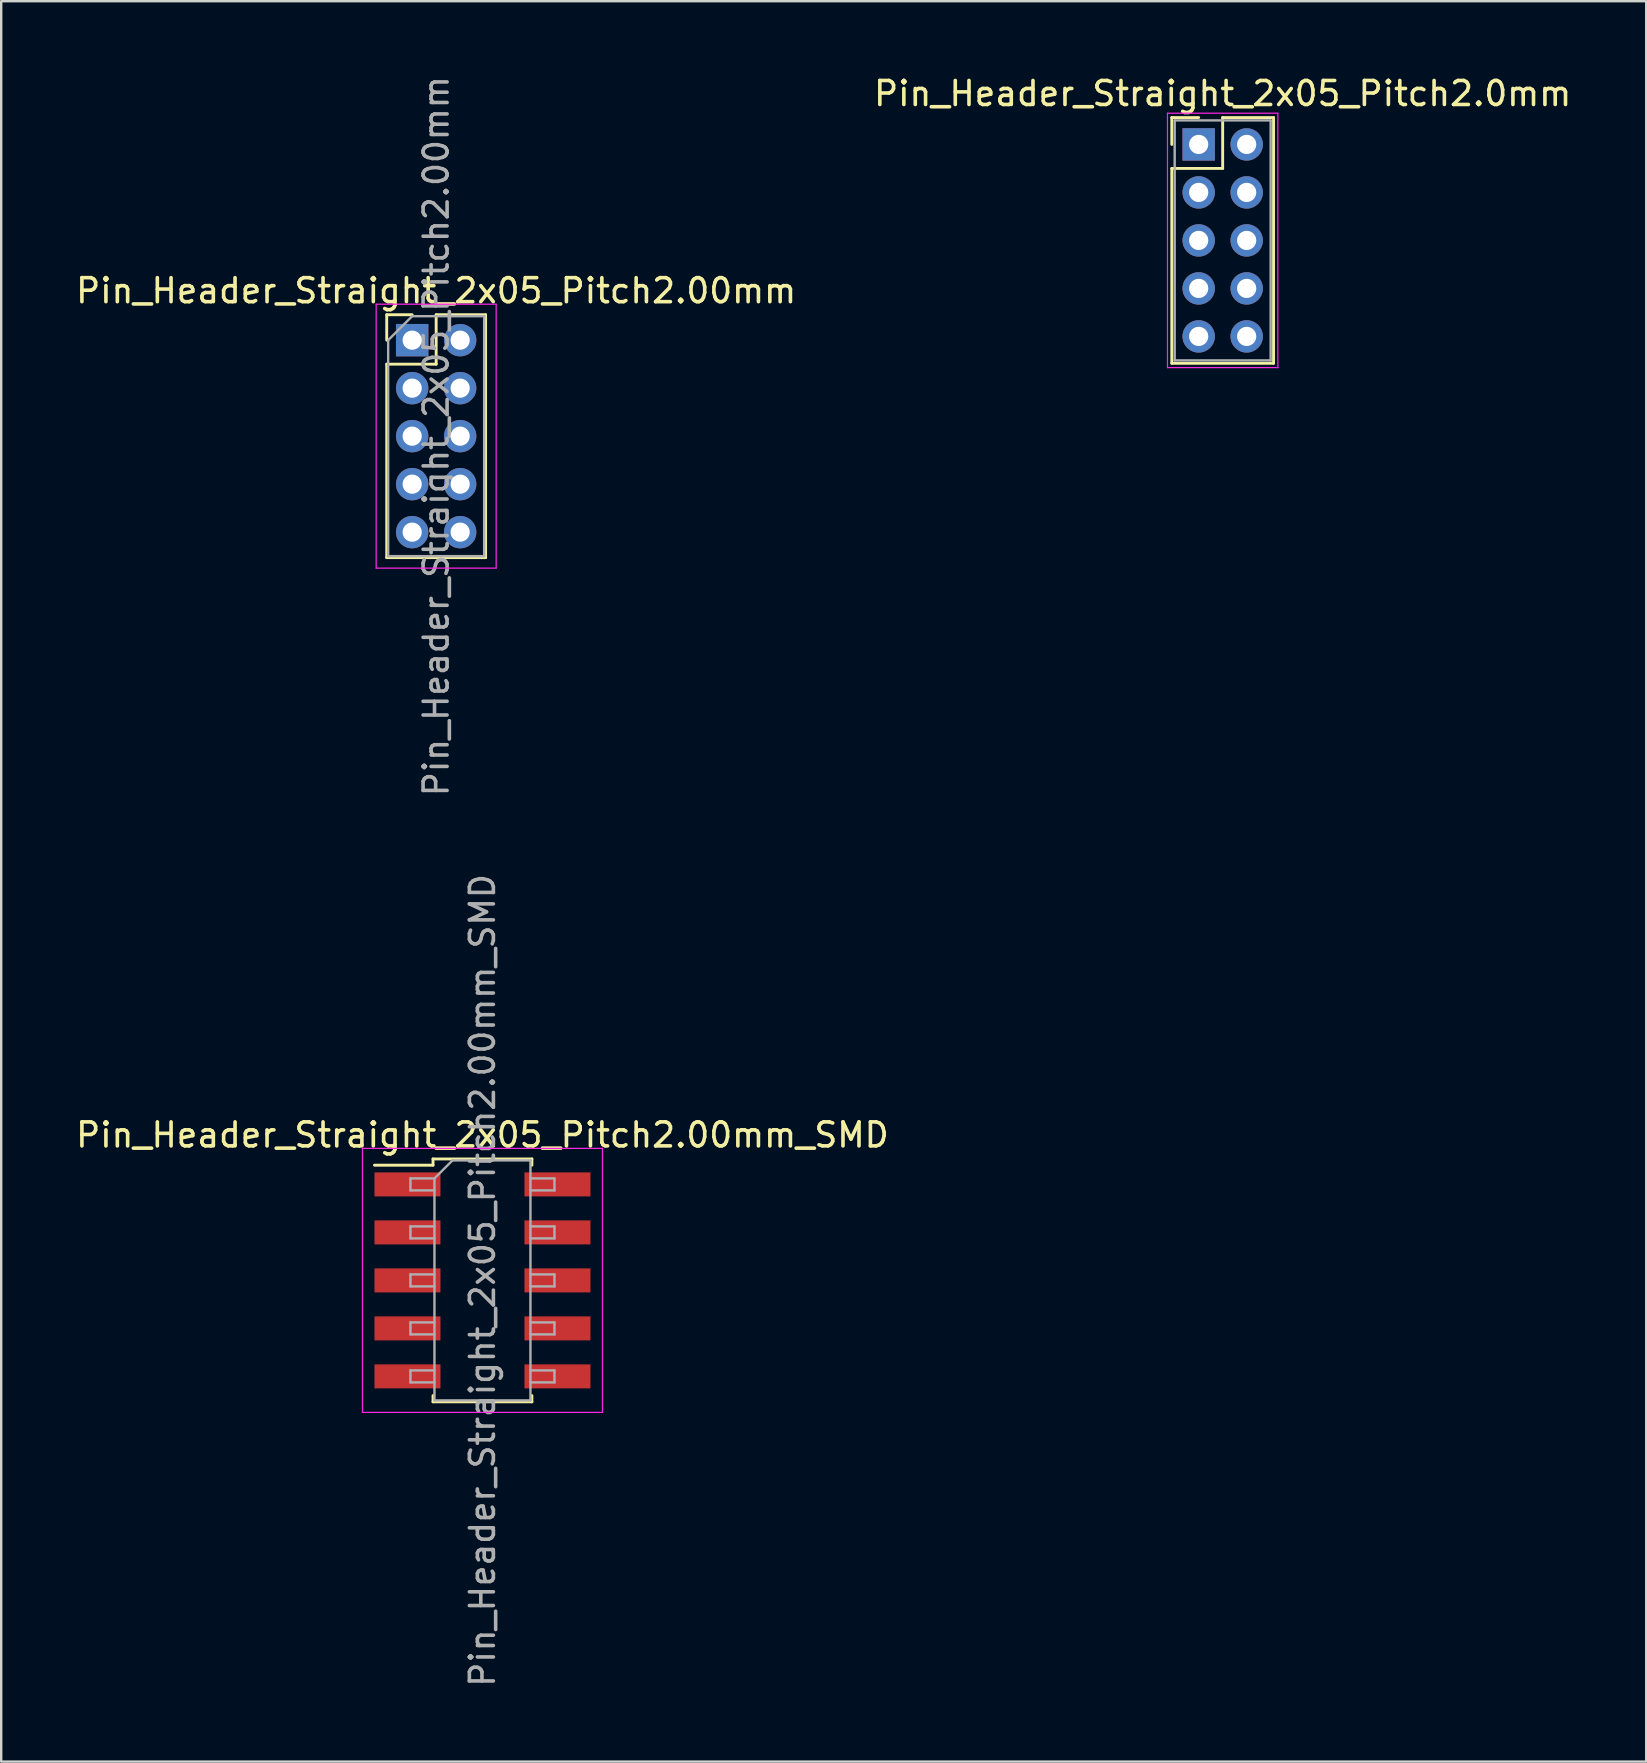
<source format=kicad_pcb>
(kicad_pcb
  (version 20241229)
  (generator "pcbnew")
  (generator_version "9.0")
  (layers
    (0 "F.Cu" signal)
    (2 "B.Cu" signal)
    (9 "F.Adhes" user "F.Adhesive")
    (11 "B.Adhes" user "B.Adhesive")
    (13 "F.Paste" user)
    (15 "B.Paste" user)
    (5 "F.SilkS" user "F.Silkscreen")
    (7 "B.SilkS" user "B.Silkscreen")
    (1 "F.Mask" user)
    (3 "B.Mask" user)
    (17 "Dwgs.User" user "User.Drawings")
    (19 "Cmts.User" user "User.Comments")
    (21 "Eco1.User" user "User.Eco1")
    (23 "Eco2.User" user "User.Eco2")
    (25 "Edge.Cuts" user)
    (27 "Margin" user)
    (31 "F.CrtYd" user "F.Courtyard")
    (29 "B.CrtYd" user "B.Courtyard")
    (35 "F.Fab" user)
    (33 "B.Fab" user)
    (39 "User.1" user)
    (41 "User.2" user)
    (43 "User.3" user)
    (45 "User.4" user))
  (footprint "Pin_Header_Straight_2x05_Pitch2.00mm_SMD"
    (layer "F.Cu")
    (at 17.054 50.304)
    (property "Reference" "Pin_Header_Straight_2x05_Pitch2.00mm_SMD" (at 0 -6.06 0) (layer "F.SilkS") (effects (font (size 1 1) (thickness 0.15))))
    (attr smd)
    (fp_line (start -4.5 -4.8) (end -2.06 -4.8) (stroke (width 0.12) (type solid)) (layer "F.SilkS"))
    (fp_line (start -2.06 -5.06) (end 2.06 -5.06) (stroke (width 0.12) (type solid)) (layer "F.SilkS"))
    (fp_line (start -2.06 -4.8) (end -2.06 -5.06) (stroke (width 0.12) (type solid)) (layer "F.SilkS"))
    (fp_line (start -2.06 4.8) (end -2.06 5.06) (stroke (width 0.12) (type solid)) (layer "F.SilkS"))
    (fp_line (start -2.06 5.06) (end 2.06 5.06) (stroke (width 0.12) (type solid)) (layer "F.SilkS"))
    (fp_line (start 2.06 -5.06) (end 2.06 -4.8) (stroke (width 0.12) (type solid)) (layer "F.SilkS"))
    (fp_line (start 2.06 5.06) (end 2.06 4.8) (stroke (width 0.12) (type solid)) (layer "F.SilkS"))
    (fp_line (start -5 -5.5) (end -5 5.5) (stroke (width 0.05) (type solid)) (layer "F.CrtYd"))
    (fp_line (start -5 5.5) (end 5 5.5) (stroke (width 0.05) (type solid)) (layer "F.CrtYd"))
    (fp_line (start 5 -5.5) (end -5 -5.5) (stroke (width 0.05) (type solid)) (layer "F.CrtYd"))
    (fp_line (start 5 5.5) (end 5 -5.5) (stroke (width 0.05) (type solid)) (layer "F.CrtYd"))
    (fp_line (start -3 -4.25) (end -3 -3.75) (stroke (width 0.1) (type solid)) (layer "F.Fab"))
    (fp_line (start -3 -3.75) (end -2 -3.75) (stroke (width 0.1) (type solid)) (layer "F.Fab"))
    (fp_line (start -3 -2.25) (end -3 -1.75) (stroke (width 0.1) (type solid)) (layer "F.Fab"))
    (fp_line (start -3 -1.75) (end -2 -1.75) (stroke (width 0.1) (type solid)) (layer "F.Fab"))
    (fp_line (start -3 -0.25) (end -3 0.25) (stroke (width 0.1) (type solid)) (layer "F.Fab"))
    (fp_line (start -3 0.25) (end -2 0.25) (stroke (width 0.1) (type solid)) (layer "F.Fab"))
    (fp_line (start -3 1.75) (end -3 2.25) (stroke (width 0.1) (type solid)) (layer "F.Fab"))
    (fp_line (start -3 2.25) (end -2 2.25) (stroke (width 0.1) (type solid)) (layer "F.Fab"))
    (fp_line (start -3 3.75) (end -3 4.25) (stroke (width 0.1) (type solid)) (layer "F.Fab"))
    (fp_line (start -3 4.25) (end -2 4.25) (stroke (width 0.1) (type solid)) (layer "F.Fab"))
    (fp_line (start -2 -4.25) (end -3 -4.25) (stroke (width 0.1) (type solid)) (layer "F.Fab"))
    (fp_line (start -2 -4.25) (end -1.25 -5) (stroke (width 0.1) (type solid)) (layer "F.Fab"))
    (fp_line (start -2 -2.25) (end -3 -2.25) (stroke (width 0.1) (type solid)) (layer "F.Fab"))
    (fp_line (start -2 -0.25) (end -3 -0.25) (stroke (width 0.1) (type solid)) (layer "F.Fab"))
    (fp_line (start -2 1.75) (end -3 1.75) (stroke (width 0.1) (type solid)) (layer "F.Fab"))
    (fp_line (start -2 3.75) (end -3 3.75) (stroke (width 0.1) (type solid)) (layer "F.Fab"))
    (fp_line (start -2 5) (end -2 -4.25) (stroke (width 0.1) (type solid)) (layer "F.Fab"))
    (fp_line (start -1.25 -5) (end 2 -5) (stroke (width 0.1) (type solid)) (layer "F.Fab"))
    (fp_line (start 2 -5) (end 2 5) (stroke (width 0.1) (type solid)) (layer "F.Fab"))
    (fp_line (start 2 -4.25) (end 3 -4.25) (stroke (width 0.1) (type solid)) (layer "F.Fab"))
    (fp_line (start 2 -2.25) (end 3 -2.25) (stroke (width 0.1) (type solid)) (layer "F.Fab"))
    (fp_line (start 2 -0.25) (end 3 -0.25) (stroke (width 0.1) (type solid)) (layer "F.Fab"))
    (fp_line (start 2 1.75) (end 3 1.75) (stroke (width 0.1) (type solid)) (layer "F.Fab"))
    (fp_line (start 2 3.75) (end 3 3.75) (stroke (width 0.1) (type solid)) (layer "F.Fab"))
    (fp_line (start 2 5) (end -2 5) (stroke (width 0.1) (type solid)) (layer "F.Fab"))
    (fp_line (start 3 -4.25) (end 3 -3.75) (stroke (width 0.1) (type solid)) (layer "F.Fab"))
    (fp_line (start 3 -3.75) (end 2 -3.75) (stroke (width 0.1) (type solid)) (layer "F.Fab"))
    (fp_line (start 3 -2.25) (end 3 -1.75) (stroke (width 0.1) (type solid)) (layer "F.Fab"))
    (fp_line (start 3 -1.75) (end 2 -1.75) (stroke (width 0.1) (type solid)) (layer "F.Fab"))
    (fp_line (start 3 -0.25) (end 3 0.25) (stroke (width 0.1) (type solid)) (layer "F.Fab"))
    (fp_line (start 3 0.25) (end 2 0.25) (stroke (width 0.1) (type solid)) (layer "F.Fab"))
    (fp_line (start 3 1.75) (end 3 2.25) (stroke (width 0.1) (type solid)) (layer "F.Fab"))
    (fp_line (start 3 2.25) (end 2 2.25) (stroke (width 0.1) (type solid)) (layer "F.Fab"))
    (fp_line (start 3 3.75) (end 3 4.25) (stroke (width 0.1) (type solid)) (layer "F.Fab"))
    (fp_line (start 3 4.25) (end 2 4.25) (stroke (width 0.1) (type solid)) (layer "F.Fab"))
    (fp_text user "${REFERENCE}" (at 0 0 90) (layer "F.Fab") (effects (font (size 1 1) (thickness 0.15))))
    (pad "1" smd rect (at -3.125 -4) (size 2.75 1) (layers "F.Cu" "F.Mask" "F.Paste"))
    (pad "2" smd rect (at 3.125 -4) (size 2.75 1) (layers "F.Cu" "F.Mask" "F.Paste"))
    (pad "3" smd rect (at -3.125 -2) (size 2.75 1) (layers "F.Cu" "F.Mask" "F.Paste"))
    (pad "4" smd rect (at 3.125 -2) (size 2.75 1) (layers "F.Cu" "F.Mask" "F.Paste"))
    (pad "5" smd rect (at -3.125 0) (size 2.75 1) (layers "F.Cu" "F.Mask" "F.Paste"))
    (pad "6" smd rect (at 3.125 0) (size 2.75 1) (layers "F.Cu" "F.Mask" "F.Paste"))
    (pad "7" smd rect (at -3.125 2) (size 2.75 1) (layers "F.Cu" "F.Mask" "F.Paste"))
    (pad "8" smd rect (at 3.125 2) (size 2.75 1) (layers "F.Cu" "F.Mask" "F.Paste"))
    (pad "9" smd rect (at -3.125 4) (size 2.75 1) (layers "F.Cu" "F.Mask" "F.Paste"))
    (pad "10" smd rect (at 3.125 4) (size 2.75 1) (layers "F.Cu" "F.Mask" "F.Paste")))
  (footprint "Pin_Header_Straight_2x05_Pitch2.0mm"
    (layer "F.Cu")
    (at 46.899 2.968)
    (property "Reference" "Pin_Header_Straight_2x05_Pitch2.0mm" (at 1 -2.12 0) (layer "F.SilkS") (effects (font (size 1 1) (thickness 0.15))))
    (attr through_hole)
    (fp_line (start -1.12 -1.12) (end 0 -1.12) (stroke (width 0.12) (type solid)) (layer "F.SilkS"))
    (fp_line (start -1.12 0) (end -1.12 -1.12) (stroke (width 0.12) (type solid)) (layer "F.SilkS"))
    (fp_line (start -1.12 1) (end -1.12 9.12) (stroke (width 0.12) (type solid)) (layer "F.SilkS"))
    (fp_line (start -1.12 9.12) (end 3.12 9.12) (stroke (width 0.12) (type solid)) (layer "F.SilkS"))
    (fp_line (start 1 -1.12) (end 1 1) (stroke (width 0.12) (type solid)) (layer "F.SilkS"))
    (fp_line (start 1 1) (end -1.12 1) (stroke (width 0.12) (type solid)) (layer "F.SilkS"))
    (fp_line (start 3.12 -1.12) (end 1 -1.12) (stroke (width 0.12) (type solid)) (layer "F.SilkS"))
    (fp_line (start 3.12 9.12) (end 3.12 -1.12) (stroke (width 0.12) (type solid)) (layer "F.SilkS"))
    (fp_line (start -1.3 -1.3) (end -1.3 9.3) (stroke (width 0.05) (type solid)) (layer "F.CrtYd"))
    (fp_line (start -1.3 9.3) (end 3.3 9.3) (stroke (width 0.05) (type solid)) (layer "F.CrtYd"))
    (fp_line (start 3.3 -1.3) (end -1.3 -1.3) (stroke (width 0.05) (type solid)) (layer "F.CrtYd"))
    (fp_line (start 3.3 9.3) (end 3.3 -1.3) (stroke (width 0.05) (type solid)) (layer "F.CrtYd"))
    (fp_line (start -1 -1) (end -1 9) (stroke (width 0.1) (type solid)) (layer "F.Fab"))
    (fp_line (start -1 9) (end 3 9) (stroke (width 0.1) (type solid)) (layer "F.Fab"))
    (fp_line (start 3 -1) (end -1 -1) (stroke (width 0.1) (type solid)) (layer "F.Fab"))
    (fp_line (start 3 9) (end 3 -1) (stroke (width 0.1) (type solid)) (layer "F.Fab"))
    (pad "1" thru_hole rect (at 0 0) (size 1.35 1.35) (drill 0.8) (layers "*.Cu" "*.Mask"))
    (pad "2" thru_hole oval (at 2 0) (size 1.35 1.35) (drill 0.8) (layers "*.Cu" "*.Mask"))
    (pad "3" thru_hole oval (at 0 2) (size 1.35 1.35) (drill 0.8) (layers "*.Cu" "*.Mask"))
    (pad "4" thru_hole oval (at 2 2) (size 1.35 1.35) (drill 0.8) (layers "*.Cu" "*.Mask"))
    (pad "5" thru_hole oval (at 0 4) (size 1.35 1.35) (drill 0.8) (layers "*.Cu" "*.Mask"))
    (pad "6" thru_hole oval (at 2 4) (size 1.35 1.35) (drill 0.8) (layers "*.Cu" "*.Mask"))
    (pad "7" thru_hole oval (at 0 6) (size 1.35 1.35) (drill 0.8) (layers "*.Cu" "*.Mask"))
    (pad "8" thru_hole oval (at 2 6) (size 1.35 1.35) (drill 0.8) (layers "*.Cu" "*.Mask"))
    (pad "9" thru_hole oval (at 0 8) (size 1.35 1.35) (drill 0.8) (layers "*.Cu" "*.Mask"))
    (pad "10" thru_hole oval (at 2 8) (size 1.35 1.35) (drill 0.8) (layers "*.Cu" "*.Mask")))
  (footprint "Pin_Header_Straight_2x05_Pitch2.00mm"
    (layer "F.Cu")
    (at 14.125 11.125)
    (property "Reference" "Pin_Header_Straight_2x05_Pitch2.00mm" (at 1 -2.06 0) (layer "F.SilkS") (effects (font (size 1 1) (thickness 0.15))))
    (attr through_hole)
    (fp_line (start -1.06 -1.06) (end 0 -1.06) (stroke (width 0.12) (type solid)) (layer "F.SilkS"))
    (fp_line (start -1.06 0) (end -1.06 -1.06) (stroke (width 0.12) (type solid)) (layer "F.SilkS"))
    (fp_line (start -1.06 1) (end -1.06 9.06) (stroke (width 0.12) (type solid)) (layer "F.SilkS"))
    (fp_line (start -1.06 9.06) (end 3.06 9.06) (stroke (width 0.12) (type solid)) (layer "F.SilkS"))
    (fp_line (start 1 -1.06) (end 1 1) (stroke (width 0.12) (type solid)) (layer "F.SilkS"))
    (fp_line (start 1 1) (end -1.06 1) (stroke (width 0.12) (type solid)) (layer "F.SilkS"))
    (fp_line (start 3.06 -1.06) (end 1 -1.06) (stroke (width 0.12) (type solid)) (layer "F.SilkS"))
    (fp_line (start 3.06 9.06) (end 3.06 -1.06) (stroke (width 0.12) (type solid)) (layer "F.SilkS"))
    (fp_line (start -1.5 -1.5) (end -1.5 9.5) (stroke (width 0.05) (type solid)) (layer "F.CrtYd"))
    (fp_line (start -1.5 9.5) (end 3.5 9.5) (stroke (width 0.05) (type solid)) (layer "F.CrtYd"))
    (fp_line (start 3.5 -1.5) (end -1.5 -1.5) (stroke (width 0.05) (type solid)) (layer "F.CrtYd"))
    (fp_line (start 3.5 9.5) (end 3.5 -1.5) (stroke (width 0.05) (type solid)) (layer "F.CrtYd"))
    (fp_line (start -1 0) (end 0 -1) (stroke (width 0.1) (type solid)) (layer "F.Fab"))
    (fp_line (start -1 9) (end -1 0) (stroke (width 0.1) (type solid)) (layer "F.Fab"))
    (fp_line (start 0 -1) (end 3 -1) (stroke (width 0.1) (type solid)) (layer "F.Fab"))
    (fp_line (start 3 -1) (end 3 9) (stroke (width 0.1) (type solid)) (layer "F.Fab"))
    (fp_line (start 3 9) (end -1 9) (stroke (width 0.1) (type solid)) (layer "F.Fab"))
    (fp_text user "${REFERENCE}" (at 1 4 90) (layer "F.Fab") (effects (font (size 1 1) (thickness 0.15))))
    (pad "1" thru_hole rect (at 0 0) (size 1.35 1.35) (drill 0.8) (layers "*.Cu" "*.Mask"))
    (pad "2" thru_hole oval (at 2 0) (size 1.35 1.35) (drill 0.8) (layers "*.Cu" "*.Mask"))
    (pad "3" thru_hole oval (at 0 2) (size 1.35 1.35) (drill 0.8) (layers "*.Cu" "*.Mask"))
    (pad "4" thru_hole oval (at 2 2) (size 1.35 1.35) (drill 0.8) (layers "*.Cu" "*.Mask"))
    (pad "5" thru_hole oval (at 0 4) (size 1.35 1.35) (drill 0.8) (layers "*.Cu" "*.Mask"))
    (pad "6" thru_hole oval (at 2 4) (size 1.35 1.35) (drill 0.8) (layers "*.Cu" "*.Mask"))
    (pad "7" thru_hole oval (at 0 6) (size 1.35 1.35) (drill 0.8) (layers "*.Cu" "*.Mask"))
    (pad "8" thru_hole oval (at 2 6) (size 1.35 1.35) (drill 0.8) (layers "*.Cu" "*.Mask"))
    (pad "9" thru_hole oval (at 0 8) (size 1.35 1.35) (drill 0.8) (layers "*.Cu" "*.Mask"))
    (pad "10" thru_hole oval (at 2 8) (size 1.35 1.35) (drill 0.8) (layers "*.Cu" "*.Mask")))
  (gr_rect
    (start -3 -3)
    (end 65.548 70.357)
    (stroke (width 0.1) (type default))
    (fill no)
    (layer "Edge.Cuts")))
</source>
